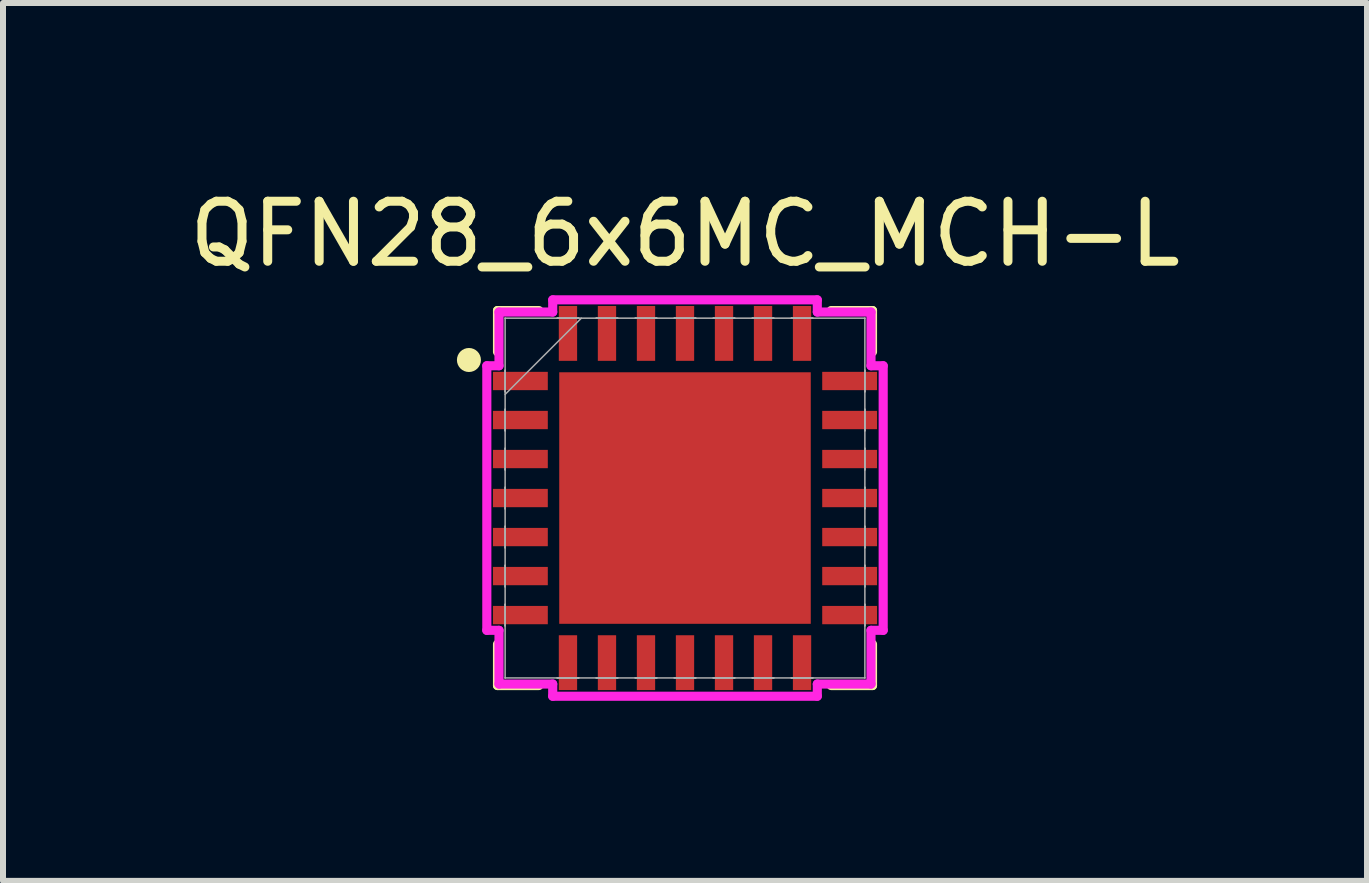
<source format=kicad_pcb>
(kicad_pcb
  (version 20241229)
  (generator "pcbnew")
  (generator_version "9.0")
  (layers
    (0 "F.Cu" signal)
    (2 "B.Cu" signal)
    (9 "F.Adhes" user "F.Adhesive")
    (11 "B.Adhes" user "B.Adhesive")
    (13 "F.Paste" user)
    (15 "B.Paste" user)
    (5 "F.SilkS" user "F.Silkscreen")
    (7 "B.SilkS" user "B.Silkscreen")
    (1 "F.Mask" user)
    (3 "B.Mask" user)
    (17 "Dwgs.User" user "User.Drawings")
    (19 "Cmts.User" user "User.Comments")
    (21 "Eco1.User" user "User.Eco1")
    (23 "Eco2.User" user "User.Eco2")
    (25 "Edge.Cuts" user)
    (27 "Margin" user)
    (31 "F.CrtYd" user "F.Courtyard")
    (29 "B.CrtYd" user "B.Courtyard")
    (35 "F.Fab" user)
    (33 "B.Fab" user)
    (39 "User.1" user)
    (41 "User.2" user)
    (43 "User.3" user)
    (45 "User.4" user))
  (footprint "QFN28_6x6MC_MCH-L"
    (layer "F.Cu")
    (at 8.363 5.248)
    (property "Reference" "QFN28_6x6MC_MCH-L" (at 0 -4.4 0) (unlocked yes) (layer "F.SilkS") (effects (font (size 1 1) (thickness 0.15))))
    (attr smd)
    (fp_line (start -3.124 -3.124) (end -3.124 -2.435) (stroke (width 0.152) (type solid)) (layer "F.SilkS"))
    (fp_line (start -3.124 2.435) (end -3.124 3.124) (stroke (width 0.152) (type solid)) (layer "F.SilkS"))
    (fp_line (start -3.124 3.124) (end -2.435 3.124) (stroke (width 0.152) (type solid)) (layer "F.SilkS"))
    (fp_line (start -2.435 -3.124) (end -3.124 -3.124) (stroke (width 0.152) (type solid)) (layer "F.SilkS"))
    (fp_line (start 2.435 3.124) (end 3.124 3.124) (stroke (width 0.152) (type solid)) (layer "F.SilkS"))
    (fp_line (start 3.124 -3.124) (end 2.435 -3.124) (stroke (width 0.152) (type solid)) (layer "F.SilkS"))
    (fp_line (start 3.124 -2.435) (end 3.124 -3.124) (stroke (width 0.152) (type solid)) (layer "F.SilkS"))
    (fp_line (start 3.124 3.124) (end 3.124 2.435) (stroke (width 0.152) (type solid)) (layer "F.SilkS"))
    (fp_circle (center -3.6 -2.3) (end -3.5 -2.3) (stroke (width 0.2) (type default)) (fill no) (layer "F.SilkS"))
    (fp_poly (pts (xy -1.996 -1.996) (xy -1.996 -0.798) (xy -0.798 -0.798) (xy -0.798 -1.996)) (stroke (width 0) (type solid)) (fill yes) (layer "F.Paste"))
    (fp_poly (pts (xy -1.996 -0.599) (xy -1.996 0.599) (xy -0.798 0.599) (xy -0.798 -0.599)) (stroke (width 0) (type solid)) (fill yes) (layer "F.Paste"))
    (fp_poly (pts (xy -1.996 0.798) (xy -1.996 1.996) (xy -0.798 1.996) (xy -0.798 0.798)) (stroke (width 0) (type solid)) (fill yes) (layer "F.Paste"))
    (fp_poly (pts (xy -0.599 -1.996) (xy -0.599 -0.798) (xy 0.599 -0.798) (xy 0.599 -1.996)) (stroke (width 0) (type solid)) (fill yes) (layer "F.Paste"))
    (fp_poly (pts (xy -0.599 -0.599) (xy -0.599 0.599) (xy 0.599 0.599) (xy 0.599 -0.599)) (stroke (width 0) (type solid)) (fill yes) (layer "F.Paste"))
    (fp_poly (pts (xy -0.599 0.798) (xy -0.599 1.996) (xy 0.599 1.996) (xy 0.599 0.798)) (stroke (width 0) (type solid)) (fill yes) (layer "F.Paste"))
    (fp_poly (pts (xy 0.798 -1.996) (xy 0.798 -0.798) (xy 1.996 -0.798) (xy 1.996 -1.996)) (stroke (width 0) (type solid)) (fill yes) (layer "F.Paste"))
    (fp_poly (pts (xy 0.798 -0.599) (xy 0.798 0.599) (xy 1.996 0.599) (xy 1.996 -0.599)) (stroke (width 0) (type solid)) (fill yes) (layer "F.Paste"))
    (fp_poly (pts (xy 0.798 0.798) (xy 0.798 1.996) (xy 1.996 1.996) (xy 1.996 0.798)) (stroke (width 0) (type solid)) (fill yes) (layer "F.Paste"))
    (fp_line (start -3.302 -2.204) (end -3.099 -2.204) (stroke (width 0.152) (type solid)) (layer "F.CrtYd"))
    (fp_line (start -3.302 2.204) (end -3.302 -2.204) (stroke (width 0.152) (type solid)) (layer "F.CrtYd"))
    (fp_line (start -3.099 -3.099) (end -2.204 -3.099) (stroke (width 0.152) (type solid)) (layer "F.CrtYd"))
    (fp_line (start -3.099 -2.204) (end -3.099 -3.099) (stroke (width 0.152) (type solid)) (layer "F.CrtYd"))
    (fp_line (start -3.099 2.204) (end -3.302 2.204) (stroke (width 0.152) (type solid)) (layer "F.CrtYd"))
    (fp_line (start -3.099 3.099) (end -3.099 2.204) (stroke (width 0.152) (type solid)) (layer "F.CrtYd"))
    (fp_line (start -2.204 -3.302) (end 2.204 -3.302) (stroke (width 0.152) (type solid)) (layer "F.CrtYd"))
    (fp_line (start -2.204 -3.099) (end -2.204 -3.302) (stroke (width 0.152) (type solid)) (layer "F.CrtYd"))
    (fp_line (start -2.204 3.099) (end -3.099 3.099) (stroke (width 0.152) (type solid)) (layer "F.CrtYd"))
    (fp_line (start -2.204 3.302) (end -2.204 3.099) (stroke (width 0.152) (type solid)) (layer "F.CrtYd"))
    (fp_line (start 2.204 -3.302) (end 2.204 -3.099) (stroke (width 0.152) (type solid)) (layer "F.CrtYd"))
    (fp_line (start 2.204 -3.099) (end 3.099 -3.099) (stroke (width 0.152) (type solid)) (layer "F.CrtYd"))
    (fp_line (start 2.204 3.099) (end 2.204 3.302) (stroke (width 0.152) (type solid)) (layer "F.CrtYd"))
    (fp_line (start 2.204 3.302) (end -2.204 3.302) (stroke (width 0.152) (type solid)) (layer "F.CrtYd"))
    (fp_line (start 3.099 -3.099) (end 3.099 -2.204) (stroke (width 0.152) (type solid)) (layer "F.CrtYd"))
    (fp_line (start 3.099 -2.204) (end 3.302 -2.204) (stroke (width 0.152) (type solid)) (layer "F.CrtYd"))
    (fp_line (start 3.099 2.204) (end 3.099 3.099) (stroke (width 0.152) (type solid)) (layer "F.CrtYd"))
    (fp_line (start 3.099 3.099) (end 2.204 3.099) (stroke (width 0.152) (type solid)) (layer "F.CrtYd"))
    (fp_line (start 3.302 -2.204) (end 3.302 2.204) (stroke (width 0.152) (type solid)) (layer "F.CrtYd"))
    (fp_line (start 3.302 2.204) (end 3.099 2.204) (stroke (width 0.152) (type solid)) (layer "F.CrtYd"))
    (fp_line (start -2.997 -2.997) (end -2.997 -2.997) (stroke (width 0.025) (type solid)) (layer "F.Fab"))
    (fp_line (start -2.997 -2.997) (end -2.997 2.997) (stroke (width 0.025) (type solid)) (layer "F.Fab"))
    (fp_line (start -2.997 -2.128) (end -2.997 -2.128) (stroke (width 0.025) (type solid)) (layer "F.Fab"))
    (fp_line (start -2.997 -2.128) (end -2.997 -1.772) (stroke (width 0.025) (type solid)) (layer "F.Fab"))
    (fp_line (start -2.997 -1.772) (end -2.997 -2.128) (stroke (width 0.025) (type solid)) (layer "F.Fab"))
    (fp_line (start -2.997 -1.772) (end -2.997 -1.772) (stroke (width 0.025) (type solid)) (layer "F.Fab"))
    (fp_line (start -2.997 -1.727) (end -1.727 -2.997) (stroke (width 0.025) (type solid)) (layer "F.Fab"))
    (fp_line (start -2.997 -1.478) (end -2.997 -1.478) (stroke (width 0.025) (type solid)) (layer "F.Fab"))
    (fp_line (start -2.997 -1.478) (end -2.997 -1.122) (stroke (width 0.025) (type solid)) (layer "F.Fab"))
    (fp_line (start -2.997 -1.122) (end -2.997 -1.478) (stroke (width 0.025) (type solid)) (layer "F.Fab"))
    (fp_line (start -2.997 -1.122) (end -2.997 -1.122) (stroke (width 0.025) (type solid)) (layer "F.Fab"))
    (fp_line (start -2.997 -0.828) (end -2.997 -0.828) (stroke (width 0.025) (type solid)) (layer "F.Fab"))
    (fp_line (start -2.997 -0.828) (end -2.997 -0.472) (stroke (width 0.025) (type solid)) (layer "F.Fab"))
    (fp_line (start -2.997 -0.472) (end -2.997 -0.828) (stroke (width 0.025) (type solid)) (layer "F.Fab"))
    (fp_line (start -2.997 -0.472) (end -2.997 -0.472) (stroke (width 0.025) (type solid)) (layer "F.Fab"))
    (fp_line (start -2.997 -0.178) (end -2.997 -0.178) (stroke (width 0.025) (type solid)) (layer "F.Fab"))
    (fp_line (start -2.997 -0.178) (end -2.997 0.178) (stroke (width 0.025) (type solid)) (layer "F.Fab"))
    (fp_line (start -2.997 0.178) (end -2.997 -0.178) (stroke (width 0.025) (type solid)) (layer "F.Fab"))
    (fp_line (start -2.997 0.178) (end -2.997 0.178) (stroke (width 0.025) (type solid)) (layer "F.Fab"))
    (fp_line (start -2.997 0.472) (end -2.997 0.472) (stroke (width 0.025) (type solid)) (layer "F.Fab"))
    (fp_line (start -2.997 0.472) (end -2.997 0.828) (stroke (width 0.025) (type solid)) (layer "F.Fab"))
    (fp_line (start -2.997 0.828) (end -2.997 0.472) (stroke (width 0.025) (type solid)) (layer "F.Fab"))
    (fp_line (start -2.997 0.828) (end -2.997 0.828) (stroke (width 0.025) (type solid)) (layer "F.Fab"))
    (fp_line (start -2.997 1.122) (end -2.997 1.122) (stroke (width 0.025) (type solid)) (layer "F.Fab"))
    (fp_line (start -2.997 1.122) (end -2.997 1.478) (stroke (width 0.025) (type solid)) (layer "F.Fab"))
    (fp_line (start -2.997 1.478) (end -2.997 1.122) (stroke (width 0.025) (type solid)) (layer "F.Fab"))
    (fp_line (start -2.997 1.478) (end -2.997 1.478) (stroke (width 0.025) (type solid)) (layer "F.Fab"))
    (fp_line (start -2.997 1.772) (end -2.997 1.772) (stroke (width 0.025) (type solid)) (layer "F.Fab"))
    (fp_line (start -2.997 1.772) (end -2.997 2.128) (stroke (width 0.025) (type solid)) (layer "F.Fab"))
    (fp_line (start -2.997 2.128) (end -2.997 1.772) (stroke (width 0.025) (type solid)) (layer "F.Fab"))
    (fp_line (start -2.997 2.128) (end -2.997 2.128) (stroke (width 0.025) (type solid)) (layer "F.Fab"))
    (fp_line (start -2.997 2.997) (end -2.997 2.997) (stroke (width 0.025) (type solid)) (layer "F.Fab"))
    (fp_line (start -2.997 2.997) (end 2.997 2.997) (stroke (width 0.025) (type solid)) (layer "F.Fab"))
    (fp_line (start -2.128 -2.997) (end -2.128 -2.997) (stroke (width 0.025) (type solid)) (layer "F.Fab"))
    (fp_line (start -2.128 -2.997) (end -1.772 -2.997) (stroke (width 0.025) (type solid)) (layer "F.Fab"))
    (fp_line (start -2.128 2.997) (end -2.128 2.997) (stroke (width 0.025) (type solid)) (layer "F.Fab"))
    (fp_line (start -2.128 2.997) (end -1.772 2.997) (stroke (width 0.025) (type solid)) (layer "F.Fab"))
    (fp_line (start -1.772 -2.997) (end -2.128 -2.997) (stroke (width 0.025) (type solid)) (layer "F.Fab"))
    (fp_line (start -1.772 -2.997) (end -1.772 -2.997) (stroke (width 0.025) (type solid)) (layer "F.Fab"))
    (fp_line (start -1.772 2.997) (end -2.128 2.997) (stroke (width 0.025) (type solid)) (layer "F.Fab"))
    (fp_line (start -1.772 2.997) (end -1.772 2.997) (stroke (width 0.025) (type solid)) (layer "F.Fab"))
    (fp_line (start -1.478 -2.997) (end -1.478 -2.997) (stroke (width 0.025) (type solid)) (layer "F.Fab"))
    (fp_line (start -1.478 -2.997) (end -1.122 -2.997) (stroke (width 0.025) (type solid)) (layer "F.Fab"))
    (fp_line (start -1.478 2.997) (end -1.478 2.997) (stroke (width 0.025) (type solid)) (layer "F.Fab"))
    (fp_line (start -1.478 2.997) (end -1.122 2.997) (stroke (width 0.025) (type solid)) (layer "F.Fab"))
    (fp_line (start -1.122 -2.997) (end -1.478 -2.997) (stroke (width 0.025) (type solid)) (layer "F.Fab"))
    (fp_line (start -1.122 -2.997) (end -1.122 -2.997) (stroke (width 0.025) (type solid)) (layer "F.Fab"))
    (fp_line (start -1.122 2.997) (end -1.478 2.997) (stroke (width 0.025) (type solid)) (layer "F.Fab"))
    (fp_line (start -1.122 2.997) (end -1.122 2.997) (stroke (width 0.025) (type solid)) (layer "F.Fab"))
    (fp_line (start -0.828 -2.997) (end -0.828 -2.997) (stroke (width 0.025) (type solid)) (layer "F.Fab"))
    (fp_line (start -0.828 -2.997) (end -0.472 -2.997) (stroke (width 0.025) (type solid)) (layer "F.Fab"))
    (fp_line (start -0.828 2.997) (end -0.828 2.997) (stroke (width 0.025) (type solid)) (layer "F.Fab"))
    (fp_line (start -0.828 2.997) (end -0.472 2.997) (stroke (width 0.025) (type solid)) (layer "F.Fab"))
    (fp_line (start -0.472 -2.997) (end -0.828 -2.997) (stroke (width 0.025) (type solid)) (layer "F.Fab"))
    (fp_line (start -0.472 -2.997) (end -0.472 -2.997) (stroke (width 0.025) (type solid)) (layer "F.Fab"))
    (fp_line (start -0.472 2.997) (end -0.828 2.997) (stroke (width 0.025) (type solid)) (layer "F.Fab"))
    (fp_line (start -0.472 2.997) (end -0.472 2.997) (stroke (width 0.025) (type solid)) (layer "F.Fab"))
    (fp_line (start -0.178 -2.997) (end -0.178 -2.997) (stroke (width 0.025) (type solid)) (layer "F.Fab"))
    (fp_line (start -0.178 -2.997) (end 0.178 -2.997) (stroke (width 0.025) (type solid)) (layer "F.Fab"))
    (fp_line (start -0.178 2.997) (end -0.178 2.997) (stroke (width 0.025) (type solid)) (layer "F.Fab"))
    (fp_line (start -0.178 2.997) (end 0.178 2.997) (stroke (width 0.025) (type solid)) (layer "F.Fab"))
    (fp_line (start 0.178 -2.997) (end -0.178 -2.997) (stroke (width 0.025) (type solid)) (layer "F.Fab"))
    (fp_line (start 0.178 -2.997) (end 0.178 -2.997) (stroke (width 0.025) (type solid)) (layer "F.Fab"))
    (fp_line (start 0.178 2.997) (end -0.178 2.997) (stroke (width 0.025) (type solid)) (layer "F.Fab"))
    (fp_line (start 0.178 2.997) (end 0.178 2.997) (stroke (width 0.025) (type solid)) (layer "F.Fab"))
    (fp_line (start 0.472 -2.997) (end 0.472 -2.997) (stroke (width 0.025) (type solid)) (layer "F.Fab"))
    (fp_line (start 0.472 -2.997) (end 0.828 -2.997) (stroke (width 0.025) (type solid)) (layer "F.Fab"))
    (fp_line (start 0.472 2.997) (end 0.472 2.997) (stroke (width 0.025) (type solid)) (layer "F.Fab"))
    (fp_line (start 0.472 2.997) (end 0.828 2.997) (stroke (width 0.025) (type solid)) (layer "F.Fab"))
    (fp_line (start 0.828 -2.997) (end 0.472 -2.997) (stroke (width 0.025) (type solid)) (layer "F.Fab"))
    (fp_line (start 0.828 -2.997) (end 0.828 -2.997) (stroke (width 0.025) (type solid)) (layer "F.Fab"))
    (fp_line (start 0.828 2.997) (end 0.472 2.997) (stroke (width 0.025) (type solid)) (layer "F.Fab"))
    (fp_line (start 0.828 2.997) (end 0.828 2.997) (stroke (width 0.025) (type solid)) (layer "F.Fab"))
    (fp_line (start 1.122 -2.997) (end 1.122 -2.997) (stroke (width 0.025) (type solid)) (layer "F.Fab"))
    (fp_line (start 1.122 -2.997) (end 1.478 -2.997) (stroke (width 0.025) (type solid)) (layer "F.Fab"))
    (fp_line (start 1.122 2.997) (end 1.122 2.997) (stroke (width 0.025) (type solid)) (layer "F.Fab"))
    (fp_line (start 1.122 2.997) (end 1.478 2.997) (stroke (width 0.025) (type solid)) (layer "F.Fab"))
    (fp_line (start 1.478 -2.997) (end 1.122 -2.997) (stroke (width 0.025) (type solid)) (layer "F.Fab"))
    (fp_line (start 1.478 -2.997) (end 1.478 -2.997) (stroke (width 0.025) (type solid)) (layer "F.Fab"))
    (fp_line (start 1.478 2.997) (end 1.122 2.997) (stroke (width 0.025) (type solid)) (layer "F.Fab"))
    (fp_line (start 1.478 2.997) (end 1.478 2.997) (stroke (width 0.025) (type solid)) (layer "F.Fab"))
    (fp_line (start 1.772 -2.997) (end 1.772 -2.997) (stroke (width 0.025) (type solid)) (layer "F.Fab"))
    (fp_line (start 1.772 -2.997) (end 2.128 -2.997) (stroke (width 0.025) (type solid)) (layer "F.Fab"))
    (fp_line (start 1.772 2.997) (end 1.772 2.997) (stroke (width 0.025) (type solid)) (layer "F.Fab"))
    (fp_line (start 1.772 2.997) (end 2.128 2.997) (stroke (width 0.025) (type solid)) (layer "F.Fab"))
    (fp_line (start 2.128 -2.997) (end 1.772 -2.997) (stroke (width 0.025) (type solid)) (layer "F.Fab"))
    (fp_line (start 2.128 -2.997) (end 2.128 -2.997) (stroke (width 0.025) (type solid)) (layer "F.Fab"))
    (fp_line (start 2.128 2.997) (end 1.772 2.997) (stroke (width 0.025) (type solid)) (layer "F.Fab"))
    (fp_line (start 2.128 2.997) (end 2.128 2.997) (stroke (width 0.025) (type solid)) (layer "F.Fab"))
    (fp_line (start 2.997 -2.997) (end -2.997 -2.997) (stroke (width 0.025) (type solid)) (layer "F.Fab"))
    (fp_line (start 2.997 -2.997) (end 2.997 -2.997) (stroke (width 0.025) (type solid)) (layer "F.Fab"))
    (fp_line (start 2.997 -2.128) (end 2.997 -2.128) (stroke (width 0.025) (type solid)) (layer "F.Fab"))
    (fp_line (start 2.997 -2.128) (end 2.997 -1.772) (stroke (width 0.025) (type solid)) (layer "F.Fab"))
    (fp_line (start 2.997 -1.772) (end 2.997 -2.128) (stroke (width 0.025) (type solid)) (layer "F.Fab"))
    (fp_line (start 2.997 -1.772) (end 2.997 -1.772) (stroke (width 0.025) (type solid)) (layer "F.Fab"))
    (fp_line (start 2.997 -1.478) (end 2.997 -1.478) (stroke (width 0.025) (type solid)) (layer "F.Fab"))
    (fp_line (start 2.997 -1.478) (end 2.997 -1.122) (stroke (width 0.025) (type solid)) (layer "F.Fab"))
    (fp_line (start 2.997 -1.122) (end 2.997 -1.478) (stroke (width 0.025) (type solid)) (layer "F.Fab"))
    (fp_line (start 2.997 -1.122) (end 2.997 -1.122) (stroke (width 0.025) (type solid)) (layer "F.Fab"))
    (fp_line (start 2.997 -0.828) (end 2.997 -0.828) (stroke (width 0.025) (type solid)) (layer "F.Fab"))
    (fp_line (start 2.997 -0.828) (end 2.997 -0.472) (stroke (width 0.025) (type solid)) (layer "F.Fab"))
    (fp_line (start 2.997 -0.472) (end 2.997 -0.828) (stroke (width 0.025) (type solid)) (layer "F.Fab"))
    (fp_line (start 2.997 -0.472) (end 2.997 -0.472) (stroke (width 0.025) (type solid)) (layer "F.Fab"))
    (fp_line (start 2.997 -0.178) (end 2.997 -0.178) (stroke (width 0.025) (type solid)) (layer "F.Fab"))
    (fp_line (start 2.997 -0.178) (end 2.997 0.178) (stroke (width 0.025) (type solid)) (layer "F.Fab"))
    (fp_line (start 2.997 0.178) (end 2.997 -0.178) (stroke (width 0.025) (type solid)) (layer "F.Fab"))
    (fp_line (start 2.997 0.178) (end 2.997 0.178) (stroke (width 0.025) (type solid)) (layer "F.Fab"))
    (fp_line (start 2.997 0.472) (end 2.997 0.472) (stroke (width 0.025) (type solid)) (layer "F.Fab"))
    (fp_line (start 2.997 0.472) (end 2.997 0.828) (stroke (width 0.025) (type solid)) (layer "F.Fab"))
    (fp_line (start 2.997 0.828) (end 2.997 0.472) (stroke (width 0.025) (type solid)) (layer "F.Fab"))
    (fp_line (start 2.997 0.828) (end 2.997 0.828) (stroke (width 0.025) (type solid)) (layer "F.Fab"))
    (fp_line (start 2.997 1.122) (end 2.997 1.122) (stroke (width 0.025) (type solid)) (layer "F.Fab"))
    (fp_line (start 2.997 1.122) (end 2.997 1.478) (stroke (width 0.025) (type solid)) (layer "F.Fab"))
    (fp_line (start 2.997 1.478) (end 2.997 1.122) (stroke (width 0.025) (type solid)) (layer "F.Fab"))
    (fp_line (start 2.997 1.478) (end 2.997 1.478) (stroke (width 0.025) (type solid)) (layer "F.Fab"))
    (fp_line (start 2.997 1.772) (end 2.997 1.772) (stroke (width 0.025) (type solid)) (layer "F.Fab"))
    (fp_line (start 2.997 1.772) (end 2.997 2.128) (stroke (width 0.025) (type solid)) (layer "F.Fab"))
    (fp_line (start 2.997 2.128) (end 2.997 1.772) (stroke (width 0.025) (type solid)) (layer "F.Fab"))
    (fp_line (start 2.997 2.128) (end 2.997 2.128) (stroke (width 0.025) (type solid)) (layer "F.Fab"))
    (fp_line (start 2.997 2.997) (end 2.997 -2.997) (stroke (width 0.025) (type solid)) (layer "F.Fab"))
    (fp_line (start 2.997 2.997) (end 2.997 2.997) (stroke (width 0.025) (type solid)) (layer "F.Fab"))
    (pad "1" smd rect (at -2.743 -1.95 90) (size 0.305 0.914) (layers "F.Cu" "F.Mask" "F.Paste"))
    (pad "2" smd rect (at -2.743 -1.3 90) (size 0.305 0.914) (layers "F.Cu" "F.Mask" "F.Paste"))
    (pad "3" smd rect (at -2.743 -0.65 90) (size 0.305 0.914) (layers "F.Cu" "F.Mask" "F.Paste"))
    (pad "4" smd rect (at -2.743 0 90) (size 0.305 0.914) (layers "F.Cu" "F.Mask" "F.Paste"))
    (pad "5" smd rect (at -2.743 0.65 90) (size 0.305 0.914) (layers "F.Cu" "F.Mask" "F.Paste"))
    (pad "6" smd rect (at -2.743 1.3 90) (size 0.305 0.914) (layers "F.Cu" "F.Mask" "F.Paste"))
    (pad "7" smd rect (at -2.743 1.95 90) (size 0.305 0.914) (layers "F.Cu" "F.Mask" "F.Paste"))
    (pad "8" smd rect (at -1.95 2.743) (size 0.305 0.914) (layers "F.Cu" "F.Mask" "F.Paste"))
    (pad "9" smd rect (at -1.3 2.743) (size 0.305 0.914) (layers "F.Cu" "F.Mask" "F.Paste"))
    (pad "10" smd rect (at -0.65 2.743) (size 0.305 0.914) (layers "F.Cu" "F.Mask" "F.Paste"))
    (pad "11" smd rect (at 0 2.743) (size 0.305 0.914) (layers "F.Cu" "F.Mask" "F.Paste"))
    (pad "12" smd rect (at 0.65 2.743) (size 0.305 0.914) (layers "F.Cu" "F.Mask" "F.Paste"))
    (pad "13" smd rect (at 1.3 2.743) (size 0.305 0.914) (layers "F.Cu" "F.Mask" "F.Paste"))
    (pad "14" smd rect (at 1.95 2.743) (size 0.305 0.914) (layers "F.Cu" "F.Mask" "F.Paste"))
    (pad "15" smd rect (at 2.743 1.95 90) (size 0.305 0.914) (layers "F.Cu" "F.Mask" "F.Paste"))
    (pad "16" smd rect (at 2.743 1.3 90) (size 0.305 0.914) (layers "F.Cu" "F.Mask" "F.Paste"))
    (pad "17" smd rect (at 2.743 0.65 90) (size 0.305 0.914) (layers "F.Cu" "F.Mask" "F.Paste"))
    (pad "18" smd rect (at 2.743 0 90) (size 0.305 0.914) (layers "F.Cu" "F.Mask" "F.Paste"))
    (pad "19" smd rect (at 2.743 -0.65 90) (size 0.305 0.914) (layers "F.Cu" "F.Mask" "F.Paste"))
    (pad "20" smd rect (at 2.743 -1.3 90) (size 0.305 0.914) (layers "F.Cu" "F.Mask" "F.Paste"))
    (pad "21" smd rect (at 2.743 -1.95 90) (size 0.305 0.914) (layers "F.Cu" "F.Mask" "F.Paste"))
    (pad "22" smd rect (at 1.95 -2.743) (size 0.305 0.914) (layers "F.Cu" "F.Mask" "F.Paste"))
    (pad "23" smd rect (at 1.3 -2.743) (size 0.305 0.914) (layers "F.Cu" "F.Mask" "F.Paste"))
    (pad "24" smd rect (at 0.65 -2.743) (size 0.305 0.914) (layers "F.Cu" "F.Mask" "F.Paste"))
    (pad "25" smd rect (at 0 -2.743) (size 0.305 0.914) (layers "F.Cu" "F.Mask" "F.Paste"))
    (pad "26" smd rect (at -0.65 -2.743) (size 0.305 0.914) (layers "F.Cu" "F.Mask" "F.Paste"))
    (pad "27" smd rect (at -1.3 -2.743) (size 0.305 0.914) (layers "F.Cu" "F.Mask" "F.Paste"))
    (pad "28" smd rect (at -1.95 -2.743) (size 0.305 0.914) (layers "F.Cu" "F.Mask" "F.Paste"))
    (pad "29" smd rect (at 0 0) (size 4.191 4.191) (layers "F.Cu" "F.Mask" "F.Paste")))
  (gr_rect
    (start -3 -3)
    (end 19.726 11.626)
    (stroke (width 0.1) (type default))
    (fill no)
    (layer "Edge.Cuts")))
</source>
